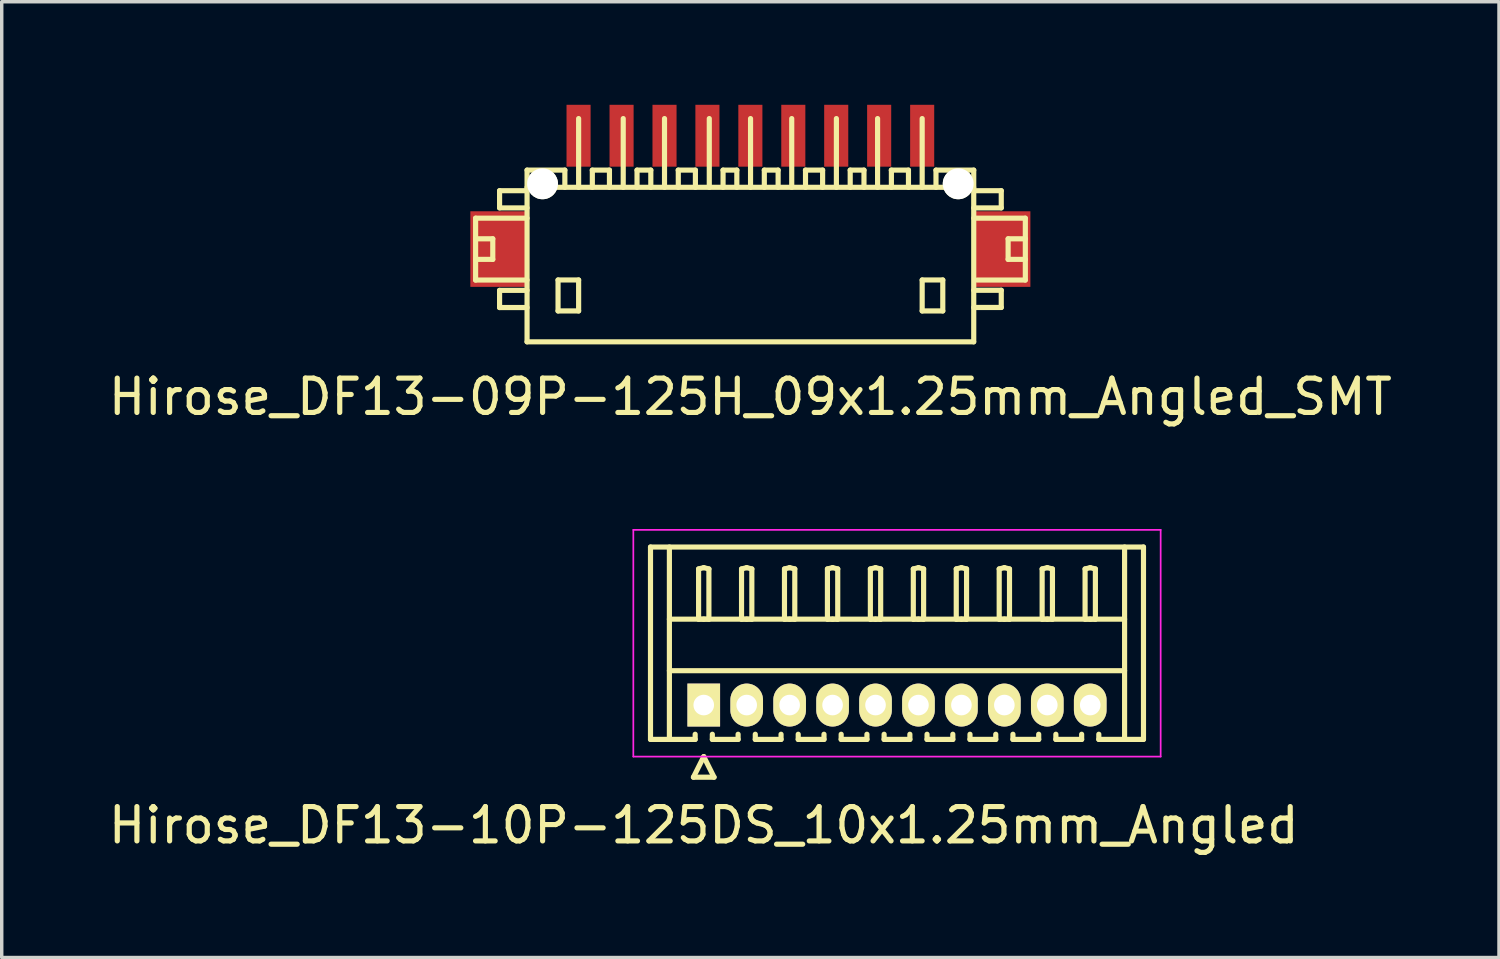
<source format=kicad_pcb>
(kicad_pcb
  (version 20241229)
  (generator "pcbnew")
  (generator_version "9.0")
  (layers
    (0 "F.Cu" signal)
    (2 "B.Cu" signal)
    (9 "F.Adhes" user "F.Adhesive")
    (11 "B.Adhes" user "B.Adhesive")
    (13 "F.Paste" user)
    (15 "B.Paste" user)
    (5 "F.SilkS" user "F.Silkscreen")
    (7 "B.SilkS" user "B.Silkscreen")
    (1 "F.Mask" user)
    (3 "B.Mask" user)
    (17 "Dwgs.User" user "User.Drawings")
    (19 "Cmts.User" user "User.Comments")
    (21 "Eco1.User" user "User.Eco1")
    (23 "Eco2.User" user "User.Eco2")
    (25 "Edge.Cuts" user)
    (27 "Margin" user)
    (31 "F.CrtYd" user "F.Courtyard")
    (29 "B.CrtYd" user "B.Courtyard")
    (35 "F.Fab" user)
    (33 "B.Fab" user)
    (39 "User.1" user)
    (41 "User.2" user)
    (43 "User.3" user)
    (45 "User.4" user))
  (footprint "Hirose_DF13-10P-125DS_10x1.25mm_Angled"
    (layer "F.Cu")
    (at 17.435 17.473)
    (property "Reference" "Hirose_DF13-10P-125DS_10x1.25mm_Angled" (at 0 3.5 0) (layer "F.SilkS") (effects (font (size 1 1) (thickness 0.15))))
    (attr through_hole)
    (fp_line (start -1.55 -4.6) (end 12.8 -4.6) (stroke (width 0.15) (type solid)) (layer "F.SilkS"))
    (fp_line (start -1.55 1) (end -1.55 -4.6) (stroke (width 0.15) (type solid)) (layer "F.SilkS"))
    (fp_line (start -1 -4.6) (end -1 1) (stroke (width 0.15) (type solid)) (layer "F.SilkS"))
    (fp_line (start -1 -2.5) (end 12.25 -2.5) (stroke (width 0.15) (type solid)) (layer "F.SilkS"))
    (fp_line (start -1 -1) (end 12.25 -1) (stroke (width 0.15) (type solid)) (layer "F.SilkS"))
    (fp_line (start -0.3 2.1) (end 0.3 2.1) (stroke (width 0.15) (type solid)) (layer "F.SilkS"))
    (fp_line (start -0.25 0.85) (end -0.25 1) (stroke (width 0.15) (type solid)) (layer "F.SilkS"))
    (fp_line (start -0.25 1) (end -1.55 1) (stroke (width 0.15) (type solid)) (layer "F.SilkS"))
    (fp_line (start -0.15 -3.962) (end 0 -4) (stroke (width 0.15) (type solid)) (layer "F.SilkS"))
    (fp_line (start -0.15 -2.5) (end -0.15 -3.962) (stroke (width 0.15) (type solid)) (layer "F.SilkS"))
    (fp_line (start 0 -4) (end 0.15 -3.962) (stroke (width 0.15) (type solid)) (layer "F.SilkS"))
    (fp_line (start 0 -2.5) (end -0.15 -2.5) (stroke (width 0.15) (type solid)) (layer "F.SilkS"))
    (fp_line (start 0 1.5) (end -0.3 2.1) (stroke (width 0.15) (type solid)) (layer "F.SilkS"))
    (fp_line (start 0.15 -3.962) (end 0.15 -2.5) (stroke (width 0.15) (type solid)) (layer "F.SilkS"))
    (fp_line (start 0.15 -2.5) (end 0 -2.5) (stroke (width 0.15) (type solid)) (layer "F.SilkS"))
    (fp_line (start 0.25 0.85) (end 0.25 1) (stroke (width 0.15) (type solid)) (layer "F.SilkS"))
    (fp_line (start 0.25 1) (end 1 1) (stroke (width 0.15) (type solid)) (layer "F.SilkS"))
    (fp_line (start 0.3 2.1) (end 0 1.5) (stroke (width 0.15) (type solid)) (layer "F.SilkS"))
    (fp_line (start 1 1) (end 1 0.85) (stroke (width 0.15) (type solid)) (layer "F.SilkS"))
    (fp_line (start 1.1 -3.962) (end 1.25 -4) (stroke (width 0.15) (type solid)) (layer "F.SilkS"))
    (fp_line (start 1.1 -2.5) (end 1.1 -3.962) (stroke (width 0.15) (type solid)) (layer "F.SilkS"))
    (fp_line (start 1.25 -4) (end 1.4 -3.962) (stroke (width 0.15) (type solid)) (layer "F.SilkS"))
    (fp_line (start 1.25 -2.5) (end 1.1 -2.5) (stroke (width 0.15) (type solid)) (layer "F.SilkS"))
    (fp_line (start 1.4 -3.962) (end 1.4 -2.5) (stroke (width 0.15) (type solid)) (layer "F.SilkS"))
    (fp_line (start 1.4 -2.5) (end 1.25 -2.5) (stroke (width 0.15) (type solid)) (layer "F.SilkS"))
    (fp_line (start 1.5 0.85) (end 1.5 1) (stroke (width 0.15) (type solid)) (layer "F.SilkS"))
    (fp_line (start 1.5 1) (end 2.25 1) (stroke (width 0.15) (type solid)) (layer "F.SilkS"))
    (fp_line (start 2.25 1) (end 2.25 0.85) (stroke (width 0.15) (type solid)) (layer "F.SilkS"))
    (fp_line (start 2.35 -3.962) (end 2.5 -4) (stroke (width 0.15) (type solid)) (layer "F.SilkS"))
    (fp_line (start 2.35 -2.5) (end 2.35 -3.962) (stroke (width 0.15) (type solid)) (layer "F.SilkS"))
    (fp_line (start 2.5 -4) (end 2.65 -3.962) (stroke (width 0.15) (type solid)) (layer "F.SilkS"))
    (fp_line (start 2.5 -2.5) (end 2.35 -2.5) (stroke (width 0.15) (type solid)) (layer "F.SilkS"))
    (fp_line (start 2.65 -3.962) (end 2.65 -2.5) (stroke (width 0.15) (type solid)) (layer "F.SilkS"))
    (fp_line (start 2.65 -2.5) (end 2.5 -2.5) (stroke (width 0.15) (type solid)) (layer "F.SilkS"))
    (fp_line (start 2.75 0.85) (end 2.75 1) (stroke (width 0.15) (type solid)) (layer "F.SilkS"))
    (fp_line (start 2.75 1) (end 3.5 1) (stroke (width 0.15) (type solid)) (layer "F.SilkS"))
    (fp_line (start 3.5 1) (end 3.5 0.85) (stroke (width 0.15) (type solid)) (layer "F.SilkS"))
    (fp_line (start 3.6 -3.962) (end 3.75 -4) (stroke (width 0.15) (type solid)) (layer "F.SilkS"))
    (fp_line (start 3.6 -2.5) (end 3.6 -3.962) (stroke (width 0.15) (type solid)) (layer "F.SilkS"))
    (fp_line (start 3.75 -4) (end 3.9 -3.962) (stroke (width 0.15) (type solid)) (layer "F.SilkS"))
    (fp_line (start 3.75 -2.5) (end 3.6 -2.5) (stroke (width 0.15) (type solid)) (layer "F.SilkS"))
    (fp_line (start 3.9 -3.962) (end 3.9 -2.5) (stroke (width 0.15) (type solid)) (layer "F.SilkS"))
    (fp_line (start 3.9 -2.5) (end 3.75 -2.5) (stroke (width 0.15) (type solid)) (layer "F.SilkS"))
    (fp_line (start 4 0.85) (end 4 1) (stroke (width 0.15) (type solid)) (layer "F.SilkS"))
    (fp_line (start 4 1) (end 4.75 1) (stroke (width 0.15) (type solid)) (layer "F.SilkS"))
    (fp_line (start 4.75 1) (end 4.75 0.85) (stroke (width 0.15) (type solid)) (layer "F.SilkS"))
    (fp_line (start 4.85 -3.962) (end 5 -4) (stroke (width 0.15) (type solid)) (layer "F.SilkS"))
    (fp_line (start 4.85 -2.5) (end 4.85 -3.962) (stroke (width 0.15) (type solid)) (layer "F.SilkS"))
    (fp_line (start 5 -4) (end 5.15 -3.962) (stroke (width 0.15) (type solid)) (layer "F.SilkS"))
    (fp_line (start 5 -2.5) (end 4.85 -2.5) (stroke (width 0.15) (type solid)) (layer "F.SilkS"))
    (fp_line (start 5.15 -3.962) (end 5.15 -2.5) (stroke (width 0.15) (type solid)) (layer "F.SilkS"))
    (fp_line (start 5.15 -2.5) (end 5 -2.5) (stroke (width 0.15) (type solid)) (layer "F.SilkS"))
    (fp_line (start 5.25 0.85) (end 5.25 1) (stroke (width 0.15) (type solid)) (layer "F.SilkS"))
    (fp_line (start 5.25 1) (end 6 1) (stroke (width 0.15) (type solid)) (layer "F.SilkS"))
    (fp_line (start 6 1) (end 6 0.85) (stroke (width 0.15) (type solid)) (layer "F.SilkS"))
    (fp_line (start 6.1 -3.962) (end 6.25 -4) (stroke (width 0.15) (type solid)) (layer "F.SilkS"))
    (fp_line (start 6.1 -2.5) (end 6.1 -3.962) (stroke (width 0.15) (type solid)) (layer "F.SilkS"))
    (fp_line (start 6.25 -4) (end 6.4 -3.962) (stroke (width 0.15) (type solid)) (layer "F.SilkS"))
    (fp_line (start 6.25 -2.5) (end 6.1 -2.5) (stroke (width 0.15) (type solid)) (layer "F.SilkS"))
    (fp_line (start 6.4 -3.962) (end 6.4 -2.5) (stroke (width 0.15) (type solid)) (layer "F.SilkS"))
    (fp_line (start 6.4 -2.5) (end 6.25 -2.5) (stroke (width 0.15) (type solid)) (layer "F.SilkS"))
    (fp_line (start 6.5 0.85) (end 6.5 1) (stroke (width 0.15) (type solid)) (layer "F.SilkS"))
    (fp_line (start 6.5 1) (end 7.25 1) (stroke (width 0.15) (type solid)) (layer "F.SilkS"))
    (fp_line (start 7.25 1) (end 7.25 0.85) (stroke (width 0.15) (type solid)) (layer "F.SilkS"))
    (fp_line (start 7.35 -3.962) (end 7.5 -4) (stroke (width 0.15) (type solid)) (layer "F.SilkS"))
    (fp_line (start 7.35 -2.5) (end 7.35 -3.962) (stroke (width 0.15) (type solid)) (layer "F.SilkS"))
    (fp_line (start 7.5 -4) (end 7.65 -3.962) (stroke (width 0.15) (type solid)) (layer "F.SilkS"))
    (fp_line (start 7.5 -2.5) (end 7.35 -2.5) (stroke (width 0.15) (type solid)) (layer "F.SilkS"))
    (fp_line (start 7.65 -3.962) (end 7.65 -2.5) (stroke (width 0.15) (type solid)) (layer "F.SilkS"))
    (fp_line (start 7.65 -2.5) (end 7.5 -2.5) (stroke (width 0.15) (type solid)) (layer "F.SilkS"))
    (fp_line (start 7.75 0.85) (end 7.75 1) (stroke (width 0.15) (type solid)) (layer "F.SilkS"))
    (fp_line (start 7.75 1) (end 8.5 1) (stroke (width 0.15) (type solid)) (layer "F.SilkS"))
    (fp_line (start 8.5 1) (end 8.5 0.85) (stroke (width 0.15) (type solid)) (layer "F.SilkS"))
    (fp_line (start 8.6 -3.962) (end 8.75 -4) (stroke (width 0.15) (type solid)) (layer "F.SilkS"))
    (fp_line (start 8.6 -2.5) (end 8.6 -3.962) (stroke (width 0.15) (type solid)) (layer "F.SilkS"))
    (fp_line (start 8.75 -4) (end 8.9 -3.962) (stroke (width 0.15) (type solid)) (layer "F.SilkS"))
    (fp_line (start 8.75 -2.5) (end 8.6 -2.5) (stroke (width 0.15) (type solid)) (layer "F.SilkS"))
    (fp_line (start 8.9 -3.962) (end 8.9 -2.5) (stroke (width 0.15) (type solid)) (layer "F.SilkS"))
    (fp_line (start 8.9 -2.5) (end 8.75 -2.5) (stroke (width 0.15) (type solid)) (layer "F.SilkS"))
    (fp_line (start 9 0.85) (end 9 1) (stroke (width 0.15) (type solid)) (layer "F.SilkS"))
    (fp_line (start 9 1) (end 9.75 1) (stroke (width 0.15) (type solid)) (layer "F.SilkS"))
    (fp_line (start 9.75 1) (end 9.75 0.85) (stroke (width 0.15) (type solid)) (layer "F.SilkS"))
    (fp_line (start 9.85 -3.962) (end 10 -4) (stroke (width 0.15) (type solid)) (layer "F.SilkS"))
    (fp_line (start 9.85 -2.5) (end 9.85 -3.962) (stroke (width 0.15) (type solid)) (layer "F.SilkS"))
    (fp_line (start 10 -4) (end 10.15 -3.962) (stroke (width 0.15) (type solid)) (layer "F.SilkS"))
    (fp_line (start 10 -2.5) (end 9.85 -2.5) (stroke (width 0.15) (type solid)) (layer "F.SilkS"))
    (fp_line (start 10.15 -3.962) (end 10.15 -2.5) (stroke (width 0.15) (type solid)) (layer "F.SilkS"))
    (fp_line (start 10.15 -2.5) (end 10 -2.5) (stroke (width 0.15) (type solid)) (layer "F.SilkS"))
    (fp_line (start 10.25 0.85) (end 10.25 1) (stroke (width 0.15) (type solid)) (layer "F.SilkS"))
    (fp_line (start 10.25 1) (end 11 1) (stroke (width 0.15) (type solid)) (layer "F.SilkS"))
    (fp_line (start 11 1) (end 11 0.85) (stroke (width 0.15) (type solid)) (layer "F.SilkS"))
    (fp_line (start 11.1 -3.962) (end 11.25 -4) (stroke (width 0.15) (type solid)) (layer "F.SilkS"))
    (fp_line (start 11.1 -2.5) (end 11.1 -3.962) (stroke (width 0.15) (type solid)) (layer "F.SilkS"))
    (fp_line (start 11.25 -4) (end 11.4 -3.962) (stroke (width 0.15) (type solid)) (layer "F.SilkS"))
    (fp_line (start 11.25 -2.5) (end 11.1 -2.5) (stroke (width 0.15) (type solid)) (layer "F.SilkS"))
    (fp_line (start 11.4 -3.962) (end 11.4 -2.5) (stroke (width 0.15) (type solid)) (layer "F.SilkS"))
    (fp_line (start 11.4 -2.5) (end 11.25 -2.5) (stroke (width 0.15) (type solid)) (layer "F.SilkS"))
    (fp_line (start 11.5 1) (end 11.5 0.85) (stroke (width 0.15) (type solid)) (layer "F.SilkS"))
    (fp_line (start 12.25 -4.6) (end 12.25 1) (stroke (width 0.15) (type solid)) (layer "F.SilkS"))
    (fp_line (start 12.8 -4.6) (end 12.8 1) (stroke (width 0.15) (type solid)) (layer "F.SilkS"))
    (fp_line (start 12.8 1) (end 11.5 1) (stroke (width 0.15) (type solid)) (layer "F.SilkS"))
    (fp_line (start -2.05 -5.1) (end -2.05 1.5) (stroke (width 0.05) (type solid)) (layer "F.CrtYd"))
    (fp_line (start -2.05 1.5) (end 13.3 1.5) (stroke (width 0.05) (type solid)) (layer "F.CrtYd"))
    (fp_line (start 13.3 -5.1) (end -2.05 -5.1) (stroke (width 0.05) (type solid)) (layer "F.CrtYd"))
    (fp_line (start 13.3 1.5) (end 13.3 -5.1) (stroke (width 0.05) (type solid)) (layer "F.CrtYd"))
    (pad "1" thru_hole rect (at 0 0) (size 0.95 1.25) (drill 0.6) (layers "*.Cu" "*.Mask" "F.SilkS"))
    (pad "2" thru_hole oval (at 1.25 0) (size 0.95 1.25) (drill 0.6) (layers "*.Cu" "*.Mask" "F.SilkS"))
    (pad "3" thru_hole oval (at 2.5 0) (size 0.95 1.25) (drill 0.6) (layers "*.Cu" "*.Mask" "F.SilkS"))
    (pad "4" thru_hole oval (at 3.75 0) (size 0.95 1.25) (drill 0.6) (layers "*.Cu" "*.Mask" "F.SilkS"))
    (pad "5" thru_hole oval (at 5 0) (size 0.95 1.25) (drill 0.6) (layers "*.Cu" "*.Mask" "F.SilkS"))
    (pad "6" thru_hole oval (at 6.25 0) (size 0.95 1.25) (drill 0.6) (layers "*.Cu" "*.Mask" "F.SilkS"))
    (pad "7" thru_hole oval (at 7.5 0) (size 0.95 1.25) (drill 0.6) (layers "*.Cu" "*.Mask" "F.SilkS"))
    (pad "8" thru_hole oval (at 8.75 0) (size 0.95 1.25) (drill 0.6) (layers "*.Cu" "*.Mask" "F.SilkS"))
    (pad "9" thru_hole oval (at 10 0) (size 0.95 1.25) (drill 0.6) (layers "*.Cu" "*.Mask" "F.SilkS"))
    (pad "10" thru_hole oval (at 11.25 0) (size 0.95 1.25) (drill 0.6) (layers "*.Cu" "*.Mask" "F.SilkS")))
  (footprint "Hirose_DF13-09P-125H_09x1.25mm_Angled_SMT"
    (layer "F.Cu")
    (at 18.792 4.401)
    (property "Reference" "Hirose_DF13-09P-125H_09x1.25mm_Angled_SMT" (at 0 4.1 0) (layer "F.SilkS") (effects (font (size 1 1) (thickness 0.15))))
    (attr smd)
    (fp_line (start -7.998 -1.1) (end -7.998 0.701) (stroke (width 0.15) (type solid)) (layer "F.SilkS"))
    (fp_line (start -7.998 0.701) (end -6.5 0.701) (stroke (width 0.15) (type solid)) (layer "F.SilkS"))
    (fp_line (start -7.498 -0.5) (end -7.998 -0.5) (stroke (width 0.15) (type solid)) (layer "F.SilkS"))
    (fp_line (start -7.498 0.099) (end -7.998 0.099) (stroke (width 0.15) (type solid)) (layer "F.SilkS"))
    (fp_line (start -7.498 0.099) (end -7.498 -0.5) (stroke (width 0.15) (type solid)) (layer "F.SilkS"))
    (fp_line (start -7.3 -1.9) (end -7.3 -1.4) (stroke (width 0.15) (type solid)) (layer "F.SilkS"))
    (fp_line (start -7.3 -1.9) (end -6.5 -1.9) (stroke (width 0.15) (type solid)) (layer "F.SilkS"))
    (fp_line (start -7.3 1.001) (end -7.3 1.501) (stroke (width 0.15) (type solid)) (layer "F.SilkS"))
    (fp_line (start -7.3 1.501) (end -6.5 1.501) (stroke (width 0.15) (type solid)) (layer "F.SilkS"))
    (fp_line (start -6.5 -1.999) (end 6.5 -1.999) (stroke (width 0.15) (type solid)) (layer "F.SilkS"))
    (fp_line (start -6.5 -1.4) (end -7.3 -1.4) (stroke (width 0.15) (type solid)) (layer "F.SilkS"))
    (fp_line (start -6.5 -1.1) (end -7.998 -1.1) (stroke (width 0.15) (type solid)) (layer "F.SilkS"))
    (fp_line (start -6.5 1.001) (end -7.3 1.001) (stroke (width 0.15) (type solid)) (layer "F.SilkS"))
    (fp_line (start -6.5 2.499) (end -6.5 -2.499) (stroke (width 0.15) (type solid)) (layer "F.SilkS"))
    (fp_line (start -5.598 0.699) (end -5.598 1.6) (stroke (width 0.15) (type solid)) (layer "F.SilkS"))
    (fp_line (start -5.598 1.6) (end -4.999 1.6) (stroke (width 0.15) (type solid)) (layer "F.SilkS"))
    (fp_line (start -5.4 -2.499) (end -6.5 -2.499) (stroke (width 0.15) (type solid)) (layer "F.SilkS"))
    (fp_line (start -5.4 -2.499) (end -5.4 -1.999) (stroke (width 0.15) (type solid)) (layer "F.SilkS"))
    (fp_line (start -4.999 -4) (end -4.999 -1.999) (stroke (width 0.15) (type solid)) (layer "F.SilkS"))
    (fp_line (start -4.999 0.699) (end -5.598 0.699) (stroke (width 0.15) (type solid)) (layer "F.SilkS"))
    (fp_line (start -4.999 1.6) (end -4.999 0.699) (stroke (width 0.15) (type solid)) (layer "F.SilkS"))
    (fp_line (start -4.602 -2.499) (end -4.102 -2.499) (stroke (width 0.15) (type solid)) (layer "F.SilkS"))
    (fp_line (start -4.6 -1.999) (end -4.6 -2.499) (stroke (width 0.15) (type solid)) (layer "F.SilkS"))
    (fp_line (start -4.102 -2.499) (end -4.102 -1.999) (stroke (width 0.15) (type solid)) (layer "F.SilkS"))
    (fp_line (start -3.701 -1.999) (end -3.701 -4) (stroke (width 0.15) (type solid)) (layer "F.SilkS"))
    (fp_line (start -3.299 -2.499) (end -3.299 -1.999) (stroke (width 0.15) (type solid)) (layer "F.SilkS"))
    (fp_line (start -2.898 -2.499) (end -3.299 -2.499) (stroke (width 0.15) (type solid)) (layer "F.SilkS"))
    (fp_line (start -2.898 -2.499) (end -2.898 -1.999) (stroke (width 0.15) (type solid)) (layer "F.SilkS"))
    (fp_line (start -2.499 -1.999) (end -2.499 -4) (stroke (width 0.15) (type solid)) (layer "F.SilkS"))
    (fp_line (start -2.101 -2.499) (end -1.6 -2.499) (stroke (width 0.15) (type solid)) (layer "F.SilkS"))
    (fp_line (start -2.098 -1.999) (end -2.098 -2.499) (stroke (width 0.15) (type solid)) (layer "F.SilkS"))
    (fp_line (start -1.6 -2.499) (end -1.6 -1.999) (stroke (width 0.15) (type solid)) (layer "F.SilkS"))
    (fp_line (start -1.196 -1.999) (end -1.196 -4) (stroke (width 0.15) (type solid)) (layer "F.SilkS"))
    (fp_line (start -0.795 -2.499) (end -0.795 -1.999) (stroke (width 0.15) (type solid)) (layer "F.SilkS"))
    (fp_line (start -0.394 -2.499) (end -0.795 -2.499) (stroke (width 0.15) (type solid)) (layer "F.SilkS"))
    (fp_line (start -0.394 -2.499) (end -0.394 -1.999) (stroke (width 0.15) (type solid)) (layer "F.SilkS"))
    (fp_line (start 0.005 -1.999) (end 0.005 -4) (stroke (width 0.15) (type solid)) (layer "F.SilkS"))
    (fp_line (start 0.406 -2.499) (end 0.406 -1.999) (stroke (width 0.15) (type solid)) (layer "F.SilkS"))
    (fp_line (start 0.808 -2.499) (end 0.406 -2.499) (stroke (width 0.15) (type solid)) (layer "F.SilkS"))
    (fp_line (start 0.808 -2.499) (end 0.808 -1.999) (stroke (width 0.15) (type solid)) (layer "F.SilkS"))
    (fp_line (start 1.204 -1.999) (end 1.204 -4) (stroke (width 0.15) (type solid)) (layer "F.SilkS"))
    (fp_line (start 1.603 -2.499) (end 2.103 -2.499) (stroke (width 0.15) (type solid)) (layer "F.SilkS"))
    (fp_line (start 1.605 -1.999) (end 1.605 -2.499) (stroke (width 0.15) (type solid)) (layer "F.SilkS"))
    (fp_line (start 2.103 -2.499) (end 2.103 -1.999) (stroke (width 0.15) (type solid)) (layer "F.SilkS"))
    (fp_line (start 2.504 -1.999) (end 2.504 -4) (stroke (width 0.15) (type solid)) (layer "F.SilkS"))
    (fp_line (start 2.906 -2.499) (end 2.906 -1.999) (stroke (width 0.15) (type solid)) (layer "F.SilkS"))
    (fp_line (start 3.307 -2.499) (end 2.906 -2.499) (stroke (width 0.15) (type solid)) (layer "F.SilkS"))
    (fp_line (start 3.307 -2.499) (end 3.307 -1.999) (stroke (width 0.15) (type solid)) (layer "F.SilkS"))
    (fp_line (start 3.703 -1.999) (end 3.703 -4) (stroke (width 0.15) (type solid)) (layer "F.SilkS"))
    (fp_line (start 4.102 -2.499) (end 4.602 -2.499) (stroke (width 0.15) (type solid)) (layer "F.SilkS"))
    (fp_line (start 4.105 -1.999) (end 4.105 -2.499) (stroke (width 0.15) (type solid)) (layer "F.SilkS"))
    (fp_line (start 4.602 -2.499) (end 4.602 -1.999) (stroke (width 0.15) (type solid)) (layer "F.SilkS"))
    (fp_line (start 5.001 -1.999) (end 5.001 -4) (stroke (width 0.15) (type solid)) (layer "F.SilkS"))
    (fp_line (start 5.001 0.699) (end 5.601 0.699) (stroke (width 0.15) (type solid)) (layer "F.SilkS"))
    (fp_line (start 5.001 1.6) (end 5.001 0.699) (stroke (width 0.15) (type solid)) (layer "F.SilkS"))
    (fp_line (start 5.403 -2.499) (end 5.403 -1.999) (stroke (width 0.15) (type solid)) (layer "F.SilkS"))
    (fp_line (start 5.601 0.699) (end 5.601 1.6) (stroke (width 0.15) (type solid)) (layer "F.SilkS"))
    (fp_line (start 5.601 1.6) (end 5.001 1.6) (stroke (width 0.15) (type solid)) (layer "F.SilkS"))
    (fp_line (start 6.5 2.499) (end -6.5 2.499) (stroke (width 0.15) (type solid)) (layer "F.SilkS"))
    (fp_line (start 6.502 -2.499) (end 5.403 -2.499) (stroke (width 0.15) (type solid)) (layer "F.SilkS"))
    (fp_line (start 6.502 -2.499) (end 6.502 2.499) (stroke (width 0.15) (type solid)) (layer "F.SilkS"))
    (fp_line (start 6.502 -1.9) (end 7.303 -1.9) (stroke (width 0.15) (type solid)) (layer "F.SilkS"))
    (fp_line (start 6.502 0.998) (end 7.303 0.998) (stroke (width 0.15) (type solid)) (layer "F.SilkS"))
    (fp_line (start 7.303 -1.9) (end 7.303 -1.4) (stroke (width 0.15) (type solid)) (layer "F.SilkS"))
    (fp_line (start 7.303 -1.4) (end 6.502 -1.4) (stroke (width 0.15) (type solid)) (layer "F.SilkS"))
    (fp_line (start 7.303 0.998) (end 7.303 1.499) (stroke (width 0.15) (type solid)) (layer "F.SilkS"))
    (fp_line (start 7.303 1.499) (end 6.502 1.499) (stroke (width 0.15) (type solid)) (layer "F.SilkS"))
    (fp_line (start 7.503 0.099) (end 7.503 -0.5) (stroke (width 0.15) (type solid)) (layer "F.SilkS"))
    (fp_line (start 8.001 -1.1) (end 6.502 -1.1) (stroke (width 0.15) (type solid)) (layer "F.SilkS"))
    (fp_line (start 8.001 0.701) (end 6.601 0.701) (stroke (width 0.15) (type solid)) (layer "F.SilkS"))
    (fp_line (start 8.004 -1.1) (end 8.004 0.701) (stroke (width 0.15) (type solid)) (layer "F.SilkS"))
    (fp_line (start 8.004 -0.5) (end 7.503 -0.5) (stroke (width 0.15) (type solid)) (layer "F.SilkS"))
    (fp_line (start 8.004 0.099) (end 7.503 0.099) (stroke (width 0.15) (type solid)) (layer "F.SilkS"))
    (pad "" smd rect (at -7.351 -0.201) (size 1.6 2.2) (layers "F.Cu" "F.Mask" "F.Paste"))
    (pad "" np_thru_hole circle (at -6.05 -2.101) (size 0.899 0.899) (drill 0.899) (layers "*.Cu" "*.Mask" "F.SilkS"))
    (pad "" np_thru_hole circle (at 6.05 -2.101) (size 0.899 0.899) (drill 0.899) (layers "*.Cu" "*.Mask" "F.SilkS"))
    (pad "" smd rect (at 7.351 -0.201) (size 1.6 2.2) (layers "F.Cu" "F.Mask" "F.Paste"))
    (pad "1" smd rect (at 5.001 -3.5) (size 0.701 1.801) (layers "F.Cu" "F.Mask" "F.Paste"))
    (pad "2" smd rect (at 3.749 -3.5) (size 0.701 1.801) (layers "F.Cu" "F.Mask" "F.Paste"))
    (pad "3" smd rect (at 2.499 -3.5) (size 0.701 1.801) (layers "F.Cu" "F.Mask" "F.Paste"))
    (pad "4" smd rect (at 1.25 -3.5) (size 0.701 1.801) (layers "F.Cu" "F.Mask" "F.Paste"))
    (pad "5" smd rect (at 0 -3.5) (size 0.701 1.801) (layers "F.Cu" "F.Mask" "F.Paste"))
    (pad "6" smd rect (at -1.25 -3.5) (size 0.701 1.801) (layers "F.Cu" "F.Mask" "F.Paste"))
    (pad "7" smd rect (at -2.499 -3.5) (size 0.701 1.801) (layers "F.Cu" "F.Mask" "F.Paste"))
    (pad "8" smd rect (at -3.749 -3.5) (size 0.701 1.801) (layers "F.Cu" "F.Mask" "F.Paste"))
    (pad "9" smd rect (at -5.001 -3.5) (size 0.701 1.801) (layers "F.Cu" "F.Mask" "F.Paste")))
  (gr_rect
    (start -3 -3)
    (end 40.583 24.822)
    (stroke (width 0.1) (type default))
    (fill no)
    (layer "Edge.Cuts")))
</source>
